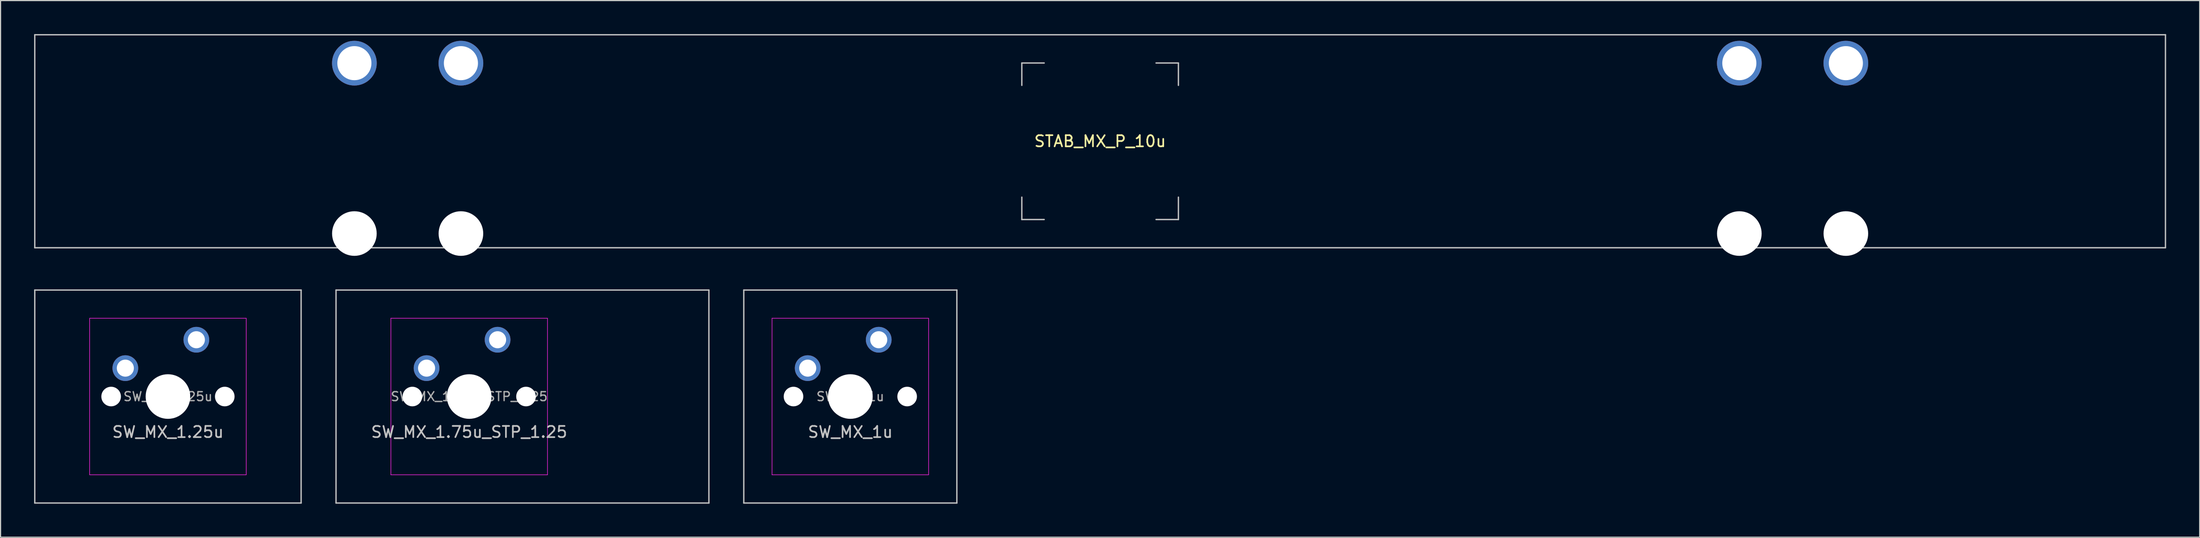
<source format=kicad_pcb>
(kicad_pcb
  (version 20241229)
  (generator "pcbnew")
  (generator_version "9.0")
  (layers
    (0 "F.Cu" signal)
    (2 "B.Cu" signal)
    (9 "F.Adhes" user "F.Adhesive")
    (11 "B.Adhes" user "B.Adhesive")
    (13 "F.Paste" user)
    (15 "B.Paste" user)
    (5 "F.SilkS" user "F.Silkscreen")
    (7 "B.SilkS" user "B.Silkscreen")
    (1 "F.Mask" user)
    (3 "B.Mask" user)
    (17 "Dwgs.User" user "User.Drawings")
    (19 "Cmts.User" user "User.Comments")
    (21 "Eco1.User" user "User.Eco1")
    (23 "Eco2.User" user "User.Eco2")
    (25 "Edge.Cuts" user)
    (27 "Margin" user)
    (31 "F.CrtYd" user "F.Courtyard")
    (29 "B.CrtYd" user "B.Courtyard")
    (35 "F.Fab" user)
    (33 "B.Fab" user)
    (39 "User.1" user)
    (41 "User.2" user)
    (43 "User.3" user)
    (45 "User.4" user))
  (footprint "SW_MX_1.75u_STP_1.25"
    (layer "F.Cu")
    (at 38.899 32.419)
    (property "Reference" "SW_MX_1.75u_STP_1.25" (at 0 3.175 0) (layer "Dwgs.User") (effects (font (size 1 1) (thickness 0.15))))
    (attr through_hole exclude_from_pos_files exclude_from_bom)
    (fp_line (start -11.906 -9.525) (end -11.906 9.525) (stroke (width 0.12) (type solid)) (layer "Dwgs.User"))
    (fp_line (start -11.906 9.525) (end 21.431 9.525) (stroke (width 0.12) (type solid)) (layer "Dwgs.User"))
    (fp_line (start 21.431 -9.525) (end -11.906 -9.525) (stroke (width 0.12) (type solid)) (layer "Dwgs.User"))
    (fp_line (start 21.431 9.525) (end 21.431 -9.525) (stroke (width 0.12) (type solid)) (layer "Dwgs.User"))
    (fp_line (start -7 6.5) (end -7 -6.5) (stroke (width 0.05) (type solid)) (layer "Eco2.User"))
    (fp_line (start -6.5 -7) (end 6.5 -7) (stroke (width 0.05) (type solid)) (layer "Eco2.User"))
    (fp_line (start 6.5 7) (end -6.5 7) (stroke (width 0.05) (type solid)) (layer "Eco2.User"))
    (fp_line (start 7 -6.5) (end 7 6.5) (stroke (width 0.05) (type solid)) (layer "Eco2.User"))
    (fp_arc (start -7 -6.5) (mid -6.853553 -6.853553) (end -6.5 -7) (stroke (width 0.05) (type solid)) (layer "Eco2.User"))
    (fp_arc (start -6.5 7) (mid -6.853553 6.853553) (end -7 6.5) (stroke (width 0.05) (type solid)) (layer "Eco2.User"))
    (fp_arc (start 6.5 -7) (mid 6.853553 -6.853553) (end 7 -6.5) (stroke (width 0.05) (type solid)) (layer "Eco2.User"))
    (fp_arc (start 6.997236 6.498884) (mid 6.850789 6.852437) (end 6.497236 6.998884) (stroke (width 0.05) (type solid)) (layer "Eco2.User"))
    (fp_line (start -7 -7) (end -7 7) (stroke (width 0.05) (type solid)) (layer "F.CrtYd"))
    (fp_line (start -7 7) (end 7 7) (stroke (width 0.05) (type solid)) (layer "F.CrtYd"))
    (fp_line (start 7 -7) (end -7 -7) (stroke (width 0.05) (type solid)) (layer "F.CrtYd"))
    (fp_line (start 7 7) (end 7 -7) (stroke (width 0.05) (type solid)) (layer "F.CrtYd"))
    (fp_text user "${REFERENCE}" (at 0 0 0) (layer "F.Fab") (effects (font (size 0.8 0.8) (thickness 0.12))))
    (pad "" np_thru_hole circle (at -5.08 0) (size 1.75 1.75) (drill 1.75) (layers "*.Cu" "*.Mask"))
    (pad "" np_thru_hole circle (at 0 0) (size 3.988 3.988) (drill 3.988) (layers "*.Cu" "*.Mask"))
    (pad "" np_thru_hole circle (at 5.08 0) (size 1.75 1.75) (drill 1.75) (layers "*.Cu" "*.Mask"))
    (pad "1" thru_hole circle (at -3.81 -2.54) (size 2.3 2.3) (drill 1.524) (layers "*.Cu" "B.Mask"))
    (pad "2" thru_hole circle (at 2.54 -5.08) (size 2.3 2.3) (drill 1.524) (layers "*.Cu" "B.Mask")))
  (footprint "SW_MX_1u"
    (layer "F.Cu")
    (at 72.975 32.419)
    (property "Reference" "SW_MX_1u" (at 0 3.175 0) (layer "Dwgs.User") (effects (font (size 1 1) (thickness 0.15))))
    (attr through_hole exclude_from_pos_files exclude_from_bom)
    (fp_line (start -9.525 -9.525) (end -9.525 9.525) (stroke (width 0.12) (type solid)) (layer "Dwgs.User"))
    (fp_line (start -9.525 9.525) (end 9.525 9.525) (stroke (width 0.12) (type solid)) (layer "Dwgs.User"))
    (fp_line (start 9.525 -9.525) (end -9.525 -9.525) (stroke (width 0.12) (type solid)) (layer "Dwgs.User"))
    (fp_line (start 9.525 9.525) (end 9.525 -9.525) (stroke (width 0.12) (type solid)) (layer "Dwgs.User"))
    (fp_line (start -7 6.5) (end -7 -6.5) (stroke (width 0.05) (type solid)) (layer "Eco2.User"))
    (fp_line (start -6.5 -7) (end 6.5 -7) (stroke (width 0.05) (type solid)) (layer "Eco2.User"))
    (fp_line (start 6.5 7) (end -6.5 7) (stroke (width 0.05) (type solid)) (layer "Eco2.User"))
    (fp_line (start 7 -6.5) (end 7 6.5) (stroke (width 0.05) (type solid)) (layer "Eco2.User"))
    (fp_arc (start -7 -6.5) (mid -6.853553 -6.853553) (end -6.5 -7) (stroke (width 0.05) (type solid)) (layer "Eco2.User"))
    (fp_arc (start -6.5 7) (mid -6.853553 6.853553) (end -7 6.5) (stroke (width 0.05) (type solid)) (layer "Eco2.User"))
    (fp_arc (start 6.5 -7) (mid 6.853553 -6.853553) (end 7 -6.5) (stroke (width 0.05) (type solid)) (layer "Eco2.User"))
    (fp_arc (start 6.997236 6.498884) (mid 6.850789 6.852437) (end 6.497236 6.998884) (stroke (width 0.05) (type solid)) (layer "Eco2.User"))
    (fp_line (start -7 -7) (end -7 7) (stroke (width 0.05) (type solid)) (layer "F.CrtYd"))
    (fp_line (start -7 7) (end 7 7) (stroke (width 0.05) (type solid)) (layer "F.CrtYd"))
    (fp_line (start 7 -7) (end -7 -7) (stroke (width 0.05) (type solid)) (layer "F.CrtYd"))
    (fp_line (start 7 7) (end 7 -7) (stroke (width 0.05) (type solid)) (layer "F.CrtYd"))
    (fp_text user "${REFERENCE}" (at 0 0 0) (layer "F.Fab") (effects (font (size 0.8 0.8) (thickness 0.12))))
    (pad "" np_thru_hole circle (at -5.08 0) (size 1.75 1.75) (drill 1.75) (layers "*.Cu" "*.Mask"))
    (pad "" np_thru_hole circle (at 0 0) (size 3.988 3.988) (drill 3.988) (layers "*.Cu" "*.Mask"))
    (pad "" np_thru_hole circle (at 5.08 0) (size 1.75 1.75) (drill 1.75) (layers "*.Cu" "*.Mask"))
    (pad "1" thru_hole circle (at -3.81 -2.54) (size 2.3 2.3) (drill 1.524) (layers "*.Cu" "B.Mask"))
    (pad "2" thru_hole circle (at 2.54 -5.08) (size 2.3 2.3) (drill 1.524) (layers "*.Cu" "B.Mask")))
  (footprint "STAB_MX_P_10u"
    (layer "F.Cu")
    (at 95.31 9.585)
    (property "Reference" "STAB_MX_P_10u" (at 0 0 0) (layer "F.SilkS") (effects (font (size 1 1) (thickness 0.15))))
    (attr through_hole exclude_from_pos_files exclude_from_bom)
    (fp_line (start -95.25 -9.525) (end -95.25 9.525) (stroke (width 0.12) (type solid)) (layer "Dwgs.User"))
    (fp_line (start -95.25 -9.525) (end 95.25 -9.525) (stroke (width 0.12) (type solid)) (layer "Dwgs.User"))
    (fp_line (start -7 -7) (end -5 -7) (stroke (width 0.12) (type solid)) (layer "Dwgs.User"))
    (fp_line (start -7 -5) (end -7 -7) (stroke (width 0.12) (type solid)) (layer "Dwgs.User"))
    (fp_line (start -7 7) (end -7 5) (stroke (width 0.12) (type solid)) (layer "Dwgs.User"))
    (fp_line (start -5 7) (end -7 7) (stroke (width 0.12) (type solid)) (layer "Dwgs.User"))
    (fp_line (start 5 -7) (end 7 -7) (stroke (width 0.12) (type solid)) (layer "Dwgs.User"))
    (fp_line (start 5 7) (end 7 7) (stroke (width 0.12) (type solid)) (layer "Dwgs.User"))
    (fp_line (start 7 -7) (end 7 -5) (stroke (width 0.12) (type solid)) (layer "Dwgs.User"))
    (fp_line (start 7 7) (end 7 5) (stroke (width 0.12) (type solid)) (layer "Dwgs.User"))
    (fp_line (start 95.25 -9.525) (end 95.25 9.525) (stroke (width 0.12) (type solid)) (layer "Dwgs.User"))
    (fp_line (start 95.25 9.525) (end -95.25 9.525) (stroke (width 0.12) (type solid)) (layer "Dwgs.User"))
    (fp_line (start -70.05 -5.5) (end -70.05 7.5) (stroke (width 0.05) (type solid)) (layer "Eco2.User"))
    (fp_line (start -69.55 -6) (end -63.801 -6) (stroke (width 0.05) (type solid)) (layer "Eco2.User"))
    (fp_line (start -69.55 8) (end -63.8 8) (stroke (width 0.05) (type solid)) (layer "Eco2.User"))
    (fp_line (start -63.301 -5.5) (end -63.3 7.5) (stroke (width 0.05) (type solid)) (layer "Eco2.User"))
    (fp_line (start -60.525 -5.5) (end -60.525 7.5) (stroke (width 0.05) (type solid)) (layer "Eco2.User"))
    (fp_line (start -60.025 -6) (end -54.275 -6) (stroke (width 0.05) (type solid)) (layer "Eco2.User"))
    (fp_line (start -60.025 8) (end -54.275 8) (stroke (width 0.05) (type solid)) (layer "Eco2.User"))
    (fp_line (start -53.775 -5.5) (end -53.775 7.5) (stroke (width 0.05) (type solid)) (layer "Eco2.User"))
    (fp_line (start 53.775 -5.5) (end 53.775 7.5) (stroke (width 0.05) (type solid)) (layer "Eco2.User"))
    (fp_line (start 54.275 -6) (end 60.024 -6) (stroke (width 0.05) (type solid)) (layer "Eco2.User"))
    (fp_line (start 54.275 8) (end 60.025 8) (stroke (width 0.05) (type solid)) (layer "Eco2.User"))
    (fp_line (start 60.524 -5.5) (end 60.525 7.5) (stroke (width 0.05) (type solid)) (layer "Eco2.User"))
    (fp_line (start 63.3 -5.5) (end 63.3 7.5) (stroke (width 0.05) (type solid)) (layer "Eco2.User"))
    (fp_line (start 63.8 -6) (end 69.549 -6) (stroke (width 0.05) (type solid)) (layer "Eco2.User"))
    (fp_line (start 63.8 8) (end 69.55 8) (stroke (width 0.05) (type solid)) (layer "Eco2.User"))
    (fp_line (start 70.049 -5.5) (end 70.05 7.5) (stroke (width 0.05) (type solid)) (layer "Eco2.User"))
    (fp_arc (start -70.05 -5.499999) (mid -69.903554 -5.853553) (end -69.55 -5.999999) (stroke (width 0.05) (type solid)) (layer "Eco2.User"))
    (fp_arc (start -69.55 8.000001) (mid -69.903554 7.853554) (end -70.05 7.500001) (stroke (width 0.05) (type solid)) (layer "Eco2.User"))
    (fp_arc (start -63.801211 -5.999999) (mid -63.447651 -5.853556) (end -63.301211 -5.499999) (stroke (width 0.05) (type solid)) (layer "Eco2.User"))
    (fp_arc (start -63.3 7.500001) (mid -63.446447 7.853554) (end -63.8 8.000001) (stroke (width 0.05) (type solid)) (layer "Eco2.User"))
    (fp_arc (start -60.525 -5.499999) (mid -60.378553 -5.853552) (end -60.025 -5.999999) (stroke (width 0.05) (type solid)) (layer "Eco2.User"))
    (fp_arc (start -60.025 8.000001) (mid -60.378553 7.853554) (end -60.525 7.500001) (stroke (width 0.05) (type solid)) (layer "Eco2.User"))
    (fp_arc (start -54.275 -5.999999) (mid -53.921447 -5.853552) (end -53.775 -5.499999) (stroke (width 0.05) (type solid)) (layer "Eco2.User"))
    (fp_arc (start -53.775 7.500001) (mid -53.921447 7.853554) (end -54.275 8.000001) (stroke (width 0.05) (type solid)) (layer "Eco2.User"))
    (fp_arc (start 53.775 -5.499999) (mid 53.921447 -5.853552) (end 54.275 -5.999999) (stroke (width 0.05) (type solid)) (layer "Eco2.User"))
    (fp_arc (start 54.275 8.000001) (mid 53.921447 7.853554) (end 53.775 7.500001) (stroke (width 0.05) (type solid)) (layer "Eco2.User"))
    (fp_arc (start 60.023789 -5.999999) (mid 60.377342 -5.853552) (end 60.523789 -5.499999) (stroke (width 0.05) (type solid)) (layer "Eco2.User"))
    (fp_arc (start 60.525 7.500001) (mid 60.378553 7.853554) (end 60.025 8.000001) (stroke (width 0.05) (type solid)) (layer "Eco2.User"))
    (fp_arc (start 63.3 -5.499999) (mid 63.446446 -5.853553) (end 63.8 -5.999999) (stroke (width 0.05) (type solid)) (layer "Eco2.User"))
    (fp_arc (start 63.8 8.000001) (mid 63.446446 7.853554) (end 63.3 7.500001) (stroke (width 0.05) (type solid)) (layer "Eco2.User"))
    (fp_arc (start 69.548789 -5.999999) (mid 69.902349 -5.853556) (end 70.048789 -5.499999) (stroke (width 0.05) (type solid)) (layer "Eco2.User"))
    (fp_arc (start 70.05 7.500001) (mid 69.903553 7.853554) (end 69.55 8.000001) (stroke (width 0.05) (type solid)) (layer "Eco2.User"))
    (pad "" thru_hole circle (at -66.675 -6.985) (size 4 4) (drill 3.048) (layers "*.Cu" "B.Mask"))
    (pad "" np_thru_hole circle (at -66.675 8.255) (size 3.988 3.988) (drill 3.988) (layers "*.Cu" "*.Mask"))
    (pad "" thru_hole circle (at -57.15 -6.985) (size 4 4) (drill 3.048) (layers "*.Cu" "B.Mask"))
    (pad "" np_thru_hole circle (at -57.15 8.255) (size 3.988 3.988) (drill 3.988) (layers "*.Cu" "*.Mask"))
    (pad "" thru_hole circle (at 57.15 -6.985) (size 4 4) (drill 3.048) (layers "*.Cu" "B.Mask"))
    (pad "" np_thru_hole circle (at 57.15 8.255) (size 3.988 3.988) (drill 3.988) (layers "*.Cu" "*.Mask"))
    (pad "" thru_hole circle (at 66.675 -6.985) (size 4 4) (drill 3.048) (layers "*.Cu" "B.Mask"))
    (pad "" np_thru_hole circle (at 66.675 8.255) (size 3.988 3.988) (drill 3.988) (layers "*.Cu" "*.Mask")))
  (footprint "SW_MX_1.25u"
    (layer "F.Cu")
    (at 11.966 32.419)
    (property "Reference" "SW_MX_1.25u" (at 0 3.175 0) (layer "Dwgs.User") (effects (font (size 1 1) (thickness 0.15))))
    (attr through_hole exclude_from_pos_files exclude_from_bom)
    (fp_line (start -11.906 -9.525) (end -11.906 9.525) (stroke (width 0.12) (type solid)) (layer "Dwgs.User"))
    (fp_line (start -11.906 9.525) (end 11.906 9.525) (stroke (width 0.12) (type solid)) (layer "Dwgs.User"))
    (fp_line (start 11.906 -9.525) (end -11.906 -9.525) (stroke (width 0.12) (type solid)) (layer "Dwgs.User"))
    (fp_line (start 11.906 9.525) (end 11.906 -9.525) (stroke (width 0.12) (type solid)) (layer "Dwgs.User"))
    (fp_line (start -7 6.5) (end -7 -6.5) (stroke (width 0.05) (type solid)) (layer "Eco2.User"))
    (fp_line (start -6.5 -7) (end 6.5 -7) (stroke (width 0.05) (type solid)) (layer "Eco2.User"))
    (fp_line (start 6.5 7) (end -6.5 7) (stroke (width 0.05) (type solid)) (layer "Eco2.User"))
    (fp_line (start 7 -6.5) (end 7 6.5) (stroke (width 0.05) (type solid)) (layer "Eco2.User"))
    (fp_arc (start -7 -6.5) (mid -6.853553 -6.853553) (end -6.5 -7) (stroke (width 0.05) (type solid)) (layer "Eco2.User"))
    (fp_arc (start -6.5 7) (mid -6.853553 6.853553) (end -7 6.5) (stroke (width 0.05) (type solid)) (layer "Eco2.User"))
    (fp_arc (start 6.5 -7) (mid 6.853553 -6.853553) (end 7 -6.5) (stroke (width 0.05) (type solid)) (layer "Eco2.User"))
    (fp_arc (start 6.997236 6.498884) (mid 6.850789 6.852437) (end 6.497236 6.998884) (stroke (width 0.05) (type solid)) (layer "Eco2.User"))
    (fp_line (start -7 -7) (end -7 7) (stroke (width 0.05) (type solid)) (layer "F.CrtYd"))
    (fp_line (start -7 7) (end 7 7) (stroke (width 0.05) (type solid)) (layer "F.CrtYd"))
    (fp_line (start 7 -7) (end -7 -7) (stroke (width 0.05) (type solid)) (layer "F.CrtYd"))
    (fp_line (start 7 7) (end 7 -7) (stroke (width 0.05) (type solid)) (layer "F.CrtYd"))
    (fp_text user "${REFERENCE}" (at 0 0 0) (layer "F.Fab") (effects (font (size 0.8 0.8) (thickness 0.12))))
    (pad "" np_thru_hole circle (at -5.08 0) (size 1.75 1.75) (drill 1.75) (layers "*.Cu" "*.Mask"))
    (pad "" np_thru_hole circle (at 0 0) (size 3.988 3.988) (drill 3.988) (layers "*.Cu" "*.Mask"))
    (pad "" np_thru_hole circle (at 5.08 0) (size 1.75 1.75) (drill 1.75) (layers "*.Cu" "*.Mask"))
    (pad "1" thru_hole circle (at -3.81 -2.54) (size 2.3 2.3) (drill 1.524) (layers "*.Cu" "B.Mask"))
    (pad "2" thru_hole circle (at 2.54 -5.08) (size 2.3 2.3) (drill 1.524) (layers "*.Cu" "B.Mask")))
  (gr_rect
    (start -3 -3)
    (end 193.62 45.004)
    (stroke (width 0.1) (type default))
    (fill no)
    (layer "Edge.Cuts")))
</source>
